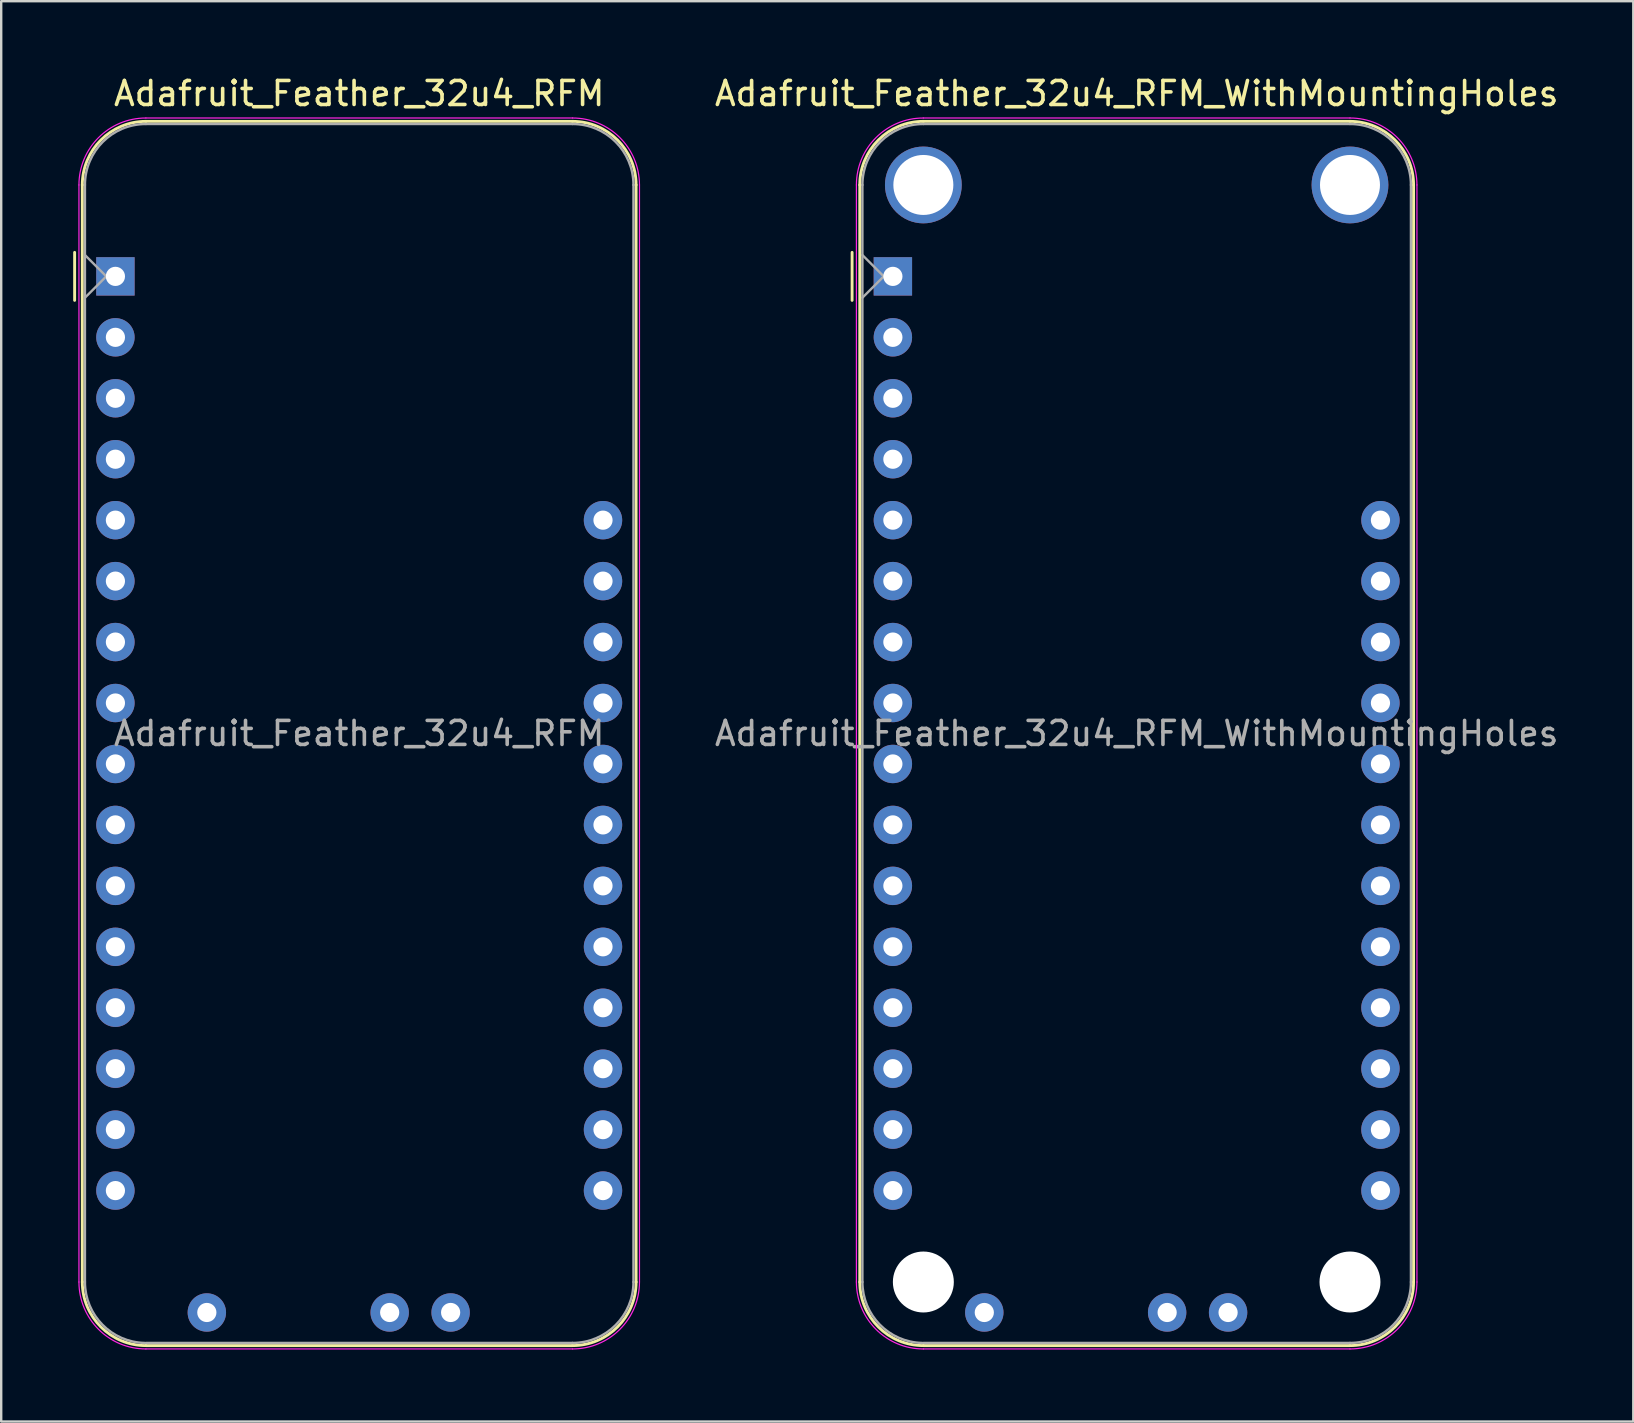
<source format=kicad_pcb>
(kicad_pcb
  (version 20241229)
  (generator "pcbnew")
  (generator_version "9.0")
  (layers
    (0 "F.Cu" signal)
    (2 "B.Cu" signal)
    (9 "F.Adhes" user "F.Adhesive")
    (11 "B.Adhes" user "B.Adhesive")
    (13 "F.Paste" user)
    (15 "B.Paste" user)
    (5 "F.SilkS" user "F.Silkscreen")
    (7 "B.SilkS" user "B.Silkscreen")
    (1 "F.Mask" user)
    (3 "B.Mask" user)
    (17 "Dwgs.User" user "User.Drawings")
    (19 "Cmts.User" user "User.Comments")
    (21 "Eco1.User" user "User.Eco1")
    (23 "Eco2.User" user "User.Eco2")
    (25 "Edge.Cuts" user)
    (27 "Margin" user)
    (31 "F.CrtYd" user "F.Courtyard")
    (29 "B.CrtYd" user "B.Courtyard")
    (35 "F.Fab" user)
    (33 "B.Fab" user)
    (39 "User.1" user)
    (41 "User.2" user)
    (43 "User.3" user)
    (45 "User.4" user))
  (footprint "Adafruit_Feather_32u4_RFM_WithMountingHoles"
    (layer "F.Cu")
    (at 34.161 8.468)
    (property "Reference" "Adafruit_Feather_32u4_RFM_WithMountingHoles" (at 10.16 -7.62 0) (layer "F.SilkS") (effects (font (size 1 1) (thickness 0.15))))
    (attr through_hole)
    (fp_line (start -1.7 1) (end -1.7 -1) (stroke (width 0.12) (type solid)) (layer "F.SilkS"))
    (fp_line (start -1.38 -3.81) (end -1.38 41.91) (stroke (width 0.12) (type solid)) (layer "F.SilkS"))
    (fp_line (start 19.05 -6.46) (end 1.27 -6.46) (stroke (width 0.12) (type solid)) (layer "F.SilkS"))
    (fp_line (start 19.05 44.56) (end 1.27 44.56) (stroke (width 0.12) (type solid)) (layer "F.SilkS"))
    (fp_line (start 21.7 -3.81) (end 21.7 41.91) (stroke (width 0.12) (type solid)) (layer "F.SilkS"))
    (fp_arc (start -1.38 -3.81) (mid -0.603833 -5.683833) (end 1.27 -6.46) (stroke (width 0.12) (type solid)) (layer "F.SilkS"))
    (fp_arc (start 1.27 44.56) (mid -0.603833 43.783833) (end -1.38 41.91) (stroke (width 0.12) (type solid)) (layer "F.SilkS"))
    (fp_arc (start 19.05 -6.46) (mid 20.923833 -5.683833) (end 21.7 -3.81) (stroke (width 0.12) (type solid)) (layer "F.SilkS"))
    (fp_arc (start 21.7 41.91) (mid 20.923833 43.783833) (end 19.05 44.56) (stroke (width 0.12) (type solid)) (layer "F.SilkS"))
    (fp_line (start -1.52 41.91) (end -1.52 -3.81) (stroke (width 0.05) (type solid)) (layer "F.CrtYd"))
    (fp_line (start 19.05 -6.6) (end 1.27 -6.6) (stroke (width 0.05) (type solid)) (layer "F.CrtYd"))
    (fp_line (start 19.05 44.7) (end 1.27 44.7) (stroke (width 0.05) (type solid)) (layer "F.CrtYd"))
    (fp_line (start 21.84 41.91) (end 21.84 -3.81) (stroke (width 0.05) (type solid)) (layer "F.CrtYd"))
    (fp_arc (start -1.52 -3.81) (mid -0.702828 -5.782828) (end 1.27 -6.6) (stroke (width 0.05) (type solid)) (layer "F.CrtYd"))
    (fp_arc (start 1.27 44.7) (mid -0.702828 43.882828) (end -1.52 41.91) (stroke (width 0.05) (type solid)) (layer "F.CrtYd"))
    (fp_arc (start 19.05 -6.6) (mid 21.022828 -5.782828) (end 21.84 -3.81) (stroke (width 0.05) (type solid)) (layer "F.CrtYd"))
    (fp_arc (start 21.84 41.91) (mid 21.022828 43.882828) (end 19.05 44.7) (stroke (width 0.05) (type solid)) (layer "F.CrtYd"))
    (fp_line (start -1.27 -3.81) (end -1.27 41.91) (stroke (width 0.1) (type solid)) (layer "F.Fab"))
    (fp_line (start -1.27 -0.889) (end -0.381 0) (stroke (width 0.1) (type solid)) (layer "F.Fab"))
    (fp_line (start -0.381 0) (end -1.27 0.889) (stroke (width 0.1) (type solid)) (layer "F.Fab"))
    (fp_line (start 1.27 44.45) (end 19.05 44.45) (stroke (width 0.1) (type solid)) (layer "F.Fab"))
    (fp_line (start 19.05 -6.35) (end 1.27 -6.35) (stroke (width 0.1) (type solid)) (layer "F.Fab"))
    (fp_line (start 21.59 41.91) (end 21.59 -3.81) (stroke (width 0.1) (type solid)) (layer "F.Fab"))
    (fp_arc (start -1.27 -3.81) (mid -0.526051 -5.606051) (end 1.27 -6.35) (stroke (width 0.1) (type solid)) (layer "F.Fab"))
    (fp_arc (start 1.221238 44.449532) (mid -0.543209 43.688728) (end -1.27 41.91) (stroke (width 0.1) (type solid)) (layer "F.Fab"))
    (fp_arc (start 19.05 -6.35) (mid 20.846051 -5.606051) (end 21.59 -3.81) (stroke (width 0.1) (type solid)) (layer "F.Fab"))
    (fp_arc (start 21.59 41.91) (mid 20.846051 43.706051) (end 19.05 44.45) (stroke (width 0.1) (type solid)) (layer "F.Fab"))
    (fp_text user "${REFERENCE}" (at 10.16 19.05 180) (layer "F.Fab") (effects (font (size 1 1) (thickness 0.15))))
    (pad "" np_thru_hole circle (at 1.27 -3.81 270) (size 3.2 3.2) (drill 2.5) (layers "*.Cu" "*.Mask"))
    (pad "" np_thru_hole circle (at 1.27 41.91 270) (size 2.54 2.54) (drill 2.54) (layers "*.Cu" "*.Mask"))
    (pad "" np_thru_hole circle (at 19.05 -3.81 270) (size 3.2 3.2) (drill 2.5) (layers "*.Cu" "*.Mask"))
    (pad "" np_thru_hole circle (at 19.05 41.91 270) (size 2.54 2.54) (drill 2.54) (layers "*.Cu" "*.Mask"))
    (pad "1" thru_hole rect (at 0 0 180) (size 1.6 1.6) (drill 0.8) (layers "*.Cu" "*.Mask"))
    (pad "2" thru_hole circle (at 0 2.54 180) (size 1.6 1.6) (drill 0.8) (layers "*.Cu" "*.Mask"))
    (pad "3" thru_hole circle (at 0 5.08 180) (size 1.6 1.6) (drill 0.8) (layers "*.Cu" "*.Mask"))
    (pad "4" thru_hole circle (at 0 7.62 180) (size 1.6 1.6) (drill 0.8) (layers "*.Cu" "*.Mask"))
    (pad "5" thru_hole circle (at 0 10.16 180) (size 1.6 1.6) (drill 0.8) (layers "*.Cu" "*.Mask"))
    (pad "6" thru_hole circle (at 0 12.7 180) (size 1.6 1.6) (drill 0.8) (layers "*.Cu" "*.Mask"))
    (pad "7" thru_hole circle (at 0 15.24 180) (size 1.6 1.6) (drill 0.8) (layers "*.Cu" "*.Mask"))
    (pad "8" thru_hole circle (at 0 17.78 180) (size 1.6 1.6) (drill 0.8) (layers "*.Cu" "*.Mask"))
    (pad "9" thru_hole circle (at 0 20.32 180) (size 1.6 1.6) (drill 0.8) (layers "*.Cu" "*.Mask"))
    (pad "10" thru_hole circle (at 0 22.86 180) (size 1.6 1.6) (drill 0.8) (layers "*.Cu" "*.Mask"))
    (pad "11" thru_hole circle (at 0 25.4 180) (size 1.6 1.6) (drill 0.8) (layers "*.Cu" "*.Mask"))
    (pad "12" thru_hole circle (at 0 27.94 180) (size 1.6 1.6) (drill 0.8) (layers "*.Cu" "*.Mask"))
    (pad "13" thru_hole circle (at 0 30.48 180) (size 1.6 1.6) (drill 0.8) (layers "*.Cu" "*.Mask"))
    (pad "14" thru_hole circle (at 0 33.02 180) (size 1.6 1.6) (drill 0.8) (layers "*.Cu" "*.Mask"))
    (pad "15" thru_hole circle (at 0 35.56 180) (size 1.6 1.6) (drill 0.8) (layers "*.Cu" "*.Mask"))
    (pad "16" thru_hole circle (at 0 38.1 180) (size 1.6 1.6) (drill 0.8) (layers "*.Cu" "*.Mask"))
    (pad "17" thru_hole circle (at 20.32 38.1 180) (size 1.6 1.6) (drill 0.8) (layers "*.Cu" "*.Mask"))
    (pad "18" thru_hole circle (at 20.32 35.56 180) (size 1.6 1.6) (drill 0.8) (layers "*.Cu" "*.Mask"))
    (pad "19" thru_hole circle (at 20.32 33.02 180) (size 1.6 1.6) (drill 0.8) (layers "*.Cu" "*.Mask"))
    (pad "20" thru_hole circle (at 20.32 30.48 180) (size 1.6 1.6) (drill 0.8) (layers "*.Cu" "*.Mask"))
    (pad "21" thru_hole circle (at 20.32 27.94 180) (size 1.6 1.6) (drill 0.8) (layers "*.Cu" "*.Mask"))
    (pad "22" thru_hole circle (at 20.32 25.4 180) (size 1.6 1.6) (drill 0.8) (layers "*.Cu" "*.Mask"))
    (pad "23" thru_hole circle (at 20.32 22.86 180) (size 1.6 1.6) (drill 0.8) (layers "*.Cu" "*.Mask"))
    (pad "24" thru_hole circle (at 20.32 20.32 180) (size 1.6 1.6) (drill 0.8) (layers "*.Cu" "*.Mask"))
    (pad "25" thru_hole circle (at 20.32 17.78 180) (size 1.6 1.6) (drill 0.8) (layers "*.Cu" "*.Mask"))
    (pad "26" thru_hole circle (at 20.32 15.24 180) (size 1.6 1.6) (drill 0.8) (layers "*.Cu" "*.Mask"))
    (pad "27" thru_hole circle (at 20.32 12.7 180) (size 1.6 1.6) (drill 0.8) (layers "*.Cu" "*.Mask"))
    (pad "28" thru_hole circle (at 20.32 10.16 180) (size 1.6 1.6) (drill 0.8) (layers "*.Cu" "*.Mask"))
    (pad "29" thru_hole circle (at 3.81 43.18 180) (size 1.6 1.6) (drill 0.8) (layers "*.Cu" "*.Mask"))
    (pad "30" thru_hole circle (at 11.43 43.18 180) (size 1.6 1.6) (drill 0.8) (layers "*.Cu" "*.Mask"))
    (pad "31" thru_hole circle (at 13.97 43.18 180) (size 1.6 1.6) (drill 0.8) (layers "*.Cu" "*.Mask")))
  (footprint "Adafruit_Feather_32u4_RFM"
    (layer "F.Cu")
    (at 1.76 8.468)
    (property "Reference" "Adafruit_Feather_32u4_RFM" (at 10.16 -7.62 0) (layer "F.SilkS") (effects (font (size 1 1) (thickness 0.15))))
    (attr through_hole)
    (fp_line (start -1.7 1) (end -1.7 -1) (stroke (width 0.12) (type solid)) (layer "F.SilkS"))
    (fp_line (start -1.38 -3.81) (end -1.38 41.91) (stroke (width 0.12) (type solid)) (layer "F.SilkS"))
    (fp_line (start 19.05 -6.46) (end 1.27 -6.46) (stroke (width 0.12) (type solid)) (layer "F.SilkS"))
    (fp_line (start 19.05 44.56) (end 1.27 44.56) (stroke (width 0.12) (type solid)) (layer "F.SilkS"))
    (fp_line (start 21.7 -3.81) (end 21.7 41.91) (stroke (width 0.12) (type solid)) (layer "F.SilkS"))
    (fp_arc (start -1.38 -3.81) (mid -0.603833 -5.683833) (end 1.27 -6.46) (stroke (width 0.12) (type solid)) (layer "F.SilkS"))
    (fp_arc (start 1.27 44.56) (mid -0.603833 43.783833) (end -1.38 41.91) (stroke (width 0.12) (type solid)) (layer "F.SilkS"))
    (fp_arc (start 19.05 -6.46) (mid 20.923833 -5.683833) (end 21.7 -3.81) (stroke (width 0.12) (type solid)) (layer "F.SilkS"))
    (fp_arc (start 21.7 41.91) (mid 20.923833 43.783833) (end 19.05 44.56) (stroke (width 0.12) (type solid)) (layer "F.SilkS"))
    (fp_line (start -1.52 41.91) (end -1.52 -3.81) (stroke (width 0.05) (type solid)) (layer "F.CrtYd"))
    (fp_line (start 19.05 -6.6) (end 1.27 -6.6) (stroke (width 0.05) (type solid)) (layer "F.CrtYd"))
    (fp_line (start 19.05 44.7) (end 1.27 44.7) (stroke (width 0.05) (type solid)) (layer "F.CrtYd"))
    (fp_line (start 21.84 41.91) (end 21.84 -3.81) (stroke (width 0.05) (type solid)) (layer "F.CrtYd"))
    (fp_arc (start -1.52 -3.81) (mid -0.702828 -5.782828) (end 1.27 -6.6) (stroke (width 0.05) (type solid)) (layer "F.CrtYd"))
    (fp_arc (start 1.27 44.7) (mid -0.702828 43.882828) (end -1.52 41.91) (stroke (width 0.05) (type solid)) (layer "F.CrtYd"))
    (fp_arc (start 19.05 -6.6) (mid 21.022828 -5.782828) (end 21.84 -3.81) (stroke (width 0.05) (type solid)) (layer "F.CrtYd"))
    (fp_arc (start 21.84 41.91) (mid 21.022828 43.882828) (end 19.05 44.7) (stroke (width 0.05) (type solid)) (layer "F.CrtYd"))
    (fp_line (start -1.27 -3.81) (end -1.27 41.91) (stroke (width 0.1) (type solid)) (layer "F.Fab"))
    (fp_line (start -1.27 -0.889) (end -0.381 0) (stroke (width 0.1) (type solid)) (layer "F.Fab"))
    (fp_line (start -0.381 0) (end -1.27 0.889) (stroke (width 0.1) (type solid)) (layer "F.Fab"))
    (fp_line (start 1.27 44.45) (end 19.05 44.45) (stroke (width 0.1) (type solid)) (layer "F.Fab"))
    (fp_line (start 19.05 -6.35) (end 1.27 -6.35) (stroke (width 0.1) (type solid)) (layer "F.Fab"))
    (fp_line (start 21.59 41.91) (end 21.59 -3.81) (stroke (width 0.1) (type solid)) (layer "F.Fab"))
    (fp_arc (start -1.27 -3.81) (mid -0.526051 -5.606051) (end 1.27 -6.35) (stroke (width 0.1) (type solid)) (layer "F.Fab"))
    (fp_arc (start 1.221238 44.449532) (mid -0.543209 43.688728) (end -1.27 41.91) (stroke (width 0.1) (type solid)) (layer "F.Fab"))
    (fp_arc (start 19.05 -6.35) (mid 20.846051 -5.606051) (end 21.59 -3.81) (stroke (width 0.1) (type solid)) (layer "F.Fab"))
    (fp_arc (start 21.59 41.91) (mid 20.846051 43.706051) (end 19.05 44.45) (stroke (width 0.1) (type solid)) (layer "F.Fab"))
    (fp_text user "${REFERENCE}" (at 10.16 19.05 180) (layer "F.Fab") (effects (font (size 1 1) (thickness 0.15))))
    (pad "1" thru_hole rect (at 0 0 180) (size 1.6 1.6) (drill 0.8) (layers "*.Cu" "*.Mask"))
    (pad "2" thru_hole circle (at 0 2.54 180) (size 1.6 1.6) (drill 0.8) (layers "*.Cu" "*.Mask"))
    (pad "3" thru_hole circle (at 0 5.08 180) (size 1.6 1.6) (drill 0.8) (layers "*.Cu" "*.Mask"))
    (pad "4" thru_hole circle (at 0 7.62 180) (size 1.6 1.6) (drill 0.8) (layers "*.Cu" "*.Mask"))
    (pad "5" thru_hole circle (at 0 10.16 180) (size 1.6 1.6) (drill 0.8) (layers "*.Cu" "*.Mask"))
    (pad "6" thru_hole circle (at 0 12.7 180) (size 1.6 1.6) (drill 0.8) (layers "*.Cu" "*.Mask"))
    (pad "7" thru_hole circle (at 0 15.24 180) (size 1.6 1.6) (drill 0.8) (layers "*.Cu" "*.Mask"))
    (pad "8" thru_hole circle (at 0 17.78 180) (size 1.6 1.6) (drill 0.8) (layers "*.Cu" "*.Mask"))
    (pad "9" thru_hole circle (at 0 20.32 180) (size 1.6 1.6) (drill 0.8) (layers "*.Cu" "*.Mask"))
    (pad "10" thru_hole circle (at 0 22.86 180) (size 1.6 1.6) (drill 0.8) (layers "*.Cu" "*.Mask"))
    (pad "11" thru_hole circle (at 0 25.4 180) (size 1.6 1.6) (drill 0.8) (layers "*.Cu" "*.Mask"))
    (pad "12" thru_hole circle (at 0 27.94 180) (size 1.6 1.6) (drill 0.8) (layers "*.Cu" "*.Mask"))
    (pad "13" thru_hole circle (at 0 30.48 180) (size 1.6 1.6) (drill 0.8) (layers "*.Cu" "*.Mask"))
    (pad "14" thru_hole circle (at 0 33.02 180) (size 1.6 1.6) (drill 0.8) (layers "*.Cu" "*.Mask"))
    (pad "15" thru_hole circle (at 0 35.56 180) (size 1.6 1.6) (drill 0.8) (layers "*.Cu" "*.Mask"))
    (pad "16" thru_hole circle (at 0 38.1 180) (size 1.6 1.6) (drill 0.8) (layers "*.Cu" "*.Mask"))
    (pad "17" thru_hole circle (at 20.32 38.1 180) (size 1.6 1.6) (drill 0.8) (layers "*.Cu" "*.Mask"))
    (pad "18" thru_hole circle (at 20.32 35.56 180) (size 1.6 1.6) (drill 0.8) (layers "*.Cu" "*.Mask"))
    (pad "19" thru_hole circle (at 20.32 33.02 180) (size 1.6 1.6) (drill 0.8) (layers "*.Cu" "*.Mask"))
    (pad "20" thru_hole circle (at 20.32 30.48 180) (size 1.6 1.6) (drill 0.8) (layers "*.Cu" "*.Mask"))
    (pad "21" thru_hole circle (at 20.32 27.94 180) (size 1.6 1.6) (drill 0.8) (layers "*.Cu" "*.Mask"))
    (pad "22" thru_hole circle (at 20.32 25.4 180) (size 1.6 1.6) (drill 0.8) (layers "*.Cu" "*.Mask"))
    (pad "23" thru_hole circle (at 20.32 22.86 180) (size 1.6 1.6) (drill 0.8) (layers "*.Cu" "*.Mask"))
    (pad "24" thru_hole circle (at 20.32 20.32 180) (size 1.6 1.6) (drill 0.8) (layers "*.Cu" "*.Mask"))
    (pad "25" thru_hole circle (at 20.32 17.78 180) (size 1.6 1.6) (drill 0.8) (layers "*.Cu" "*.Mask"))
    (pad "26" thru_hole circle (at 20.32 15.24 180) (size 1.6 1.6) (drill 0.8) (layers "*.Cu" "*.Mask"))
    (pad "27" thru_hole circle (at 20.32 12.7 180) (size 1.6 1.6) (drill 0.8) (layers "*.Cu" "*.Mask"))
    (pad "28" thru_hole circle (at 20.32 10.16 180) (size 1.6 1.6) (drill 0.8) (layers "*.Cu" "*.Mask"))
    (pad "29" thru_hole circle (at 3.81 43.18 180) (size 1.6 1.6) (drill 0.8) (layers "*.Cu" "*.Mask"))
    (pad "30" thru_hole circle (at 11.43 43.18 180) (size 1.6 1.6) (drill 0.8) (layers "*.Cu" "*.Mask"))
    (pad "31" thru_hole circle (at 13.97 43.18 180) (size 1.6 1.6) (drill 0.8) (layers "*.Cu" "*.Mask")))
  (gr_rect
    (start -3 -3)
    (end 65.018 56.193)
    (stroke (width 0.1) (type default))
    (fill no)
    (layer "Edge.Cuts")))
</source>
